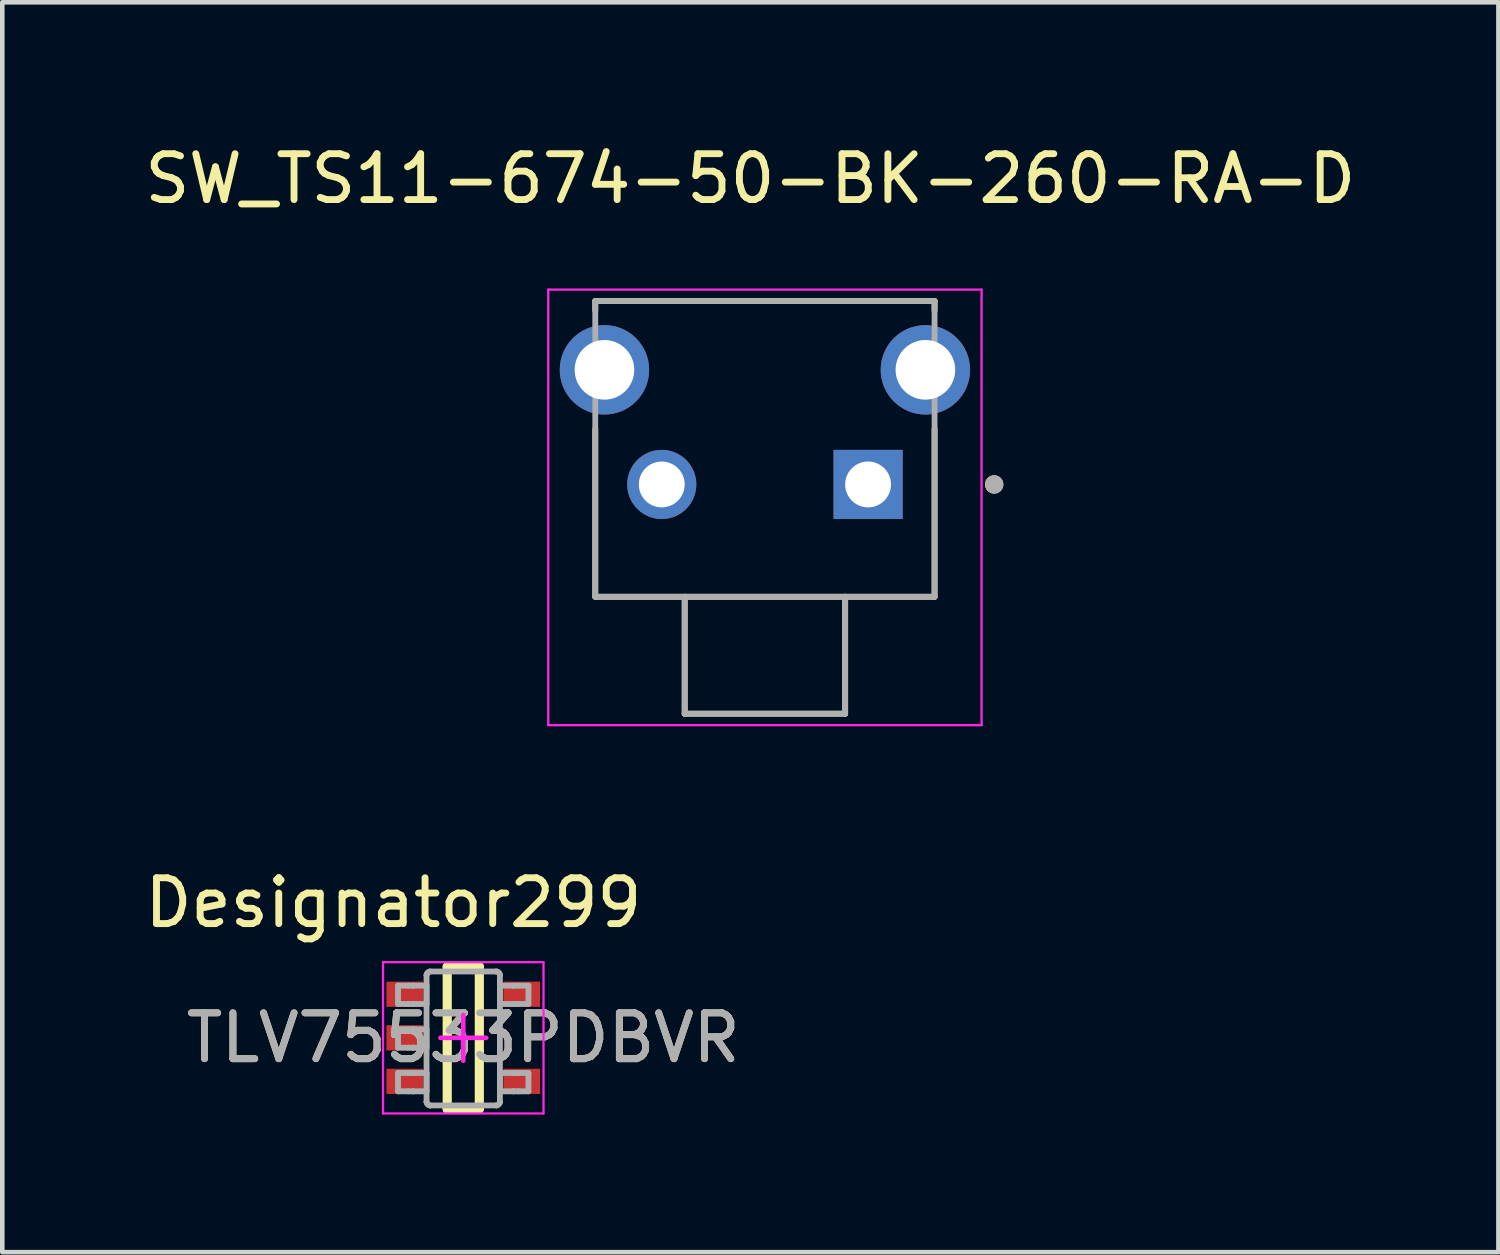
<source format=kicad_pcb>
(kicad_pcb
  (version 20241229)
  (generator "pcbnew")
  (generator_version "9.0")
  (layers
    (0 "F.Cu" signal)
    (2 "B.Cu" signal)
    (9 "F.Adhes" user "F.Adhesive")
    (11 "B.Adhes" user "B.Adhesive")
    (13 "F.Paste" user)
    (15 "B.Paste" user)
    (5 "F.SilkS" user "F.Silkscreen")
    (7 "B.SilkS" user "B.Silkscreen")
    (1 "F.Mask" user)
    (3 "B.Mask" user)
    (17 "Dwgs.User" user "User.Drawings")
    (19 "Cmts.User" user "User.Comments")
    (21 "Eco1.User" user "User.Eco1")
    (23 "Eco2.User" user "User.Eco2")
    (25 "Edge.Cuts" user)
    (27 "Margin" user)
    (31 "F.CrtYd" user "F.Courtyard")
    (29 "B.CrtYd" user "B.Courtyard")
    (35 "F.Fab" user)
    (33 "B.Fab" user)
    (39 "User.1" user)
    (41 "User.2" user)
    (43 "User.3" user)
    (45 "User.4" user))
  (footprint "TLV75533PDBVR"
    (layer "F.Cu")
    (at 7.054 19.585)
    (property "Reference" "TLV75533PDBVR" (at 0 0 0) (unlocked yes) (layer "F.SilkS") (effects (font (size 1 1) (thickness 0.15))))
    (attr smd)
    (fp_line (start -0.35 -1.55) (end 0.35 -1.55) (stroke (width 0.2) (type solid)) (layer "F.SilkS"))
    (fp_line (start -0.35 1.55) (end -0.35 -1.55) (stroke (width 0.2) (type solid)) (layer "F.SilkS"))
    (fp_line (start -0.35 1.55) (end 0.35 1.55) (stroke (width 0.2) (type solid)) (layer "F.SilkS"))
    (fp_line (start 0.35 1.55) (end 0.35 -1.55) (stroke (width 0.2) (type solid)) (layer "F.SilkS"))
    (fp_line (start -1.75 -1.65) (end 1.75 -1.65) (stroke (width 0.05) (type solid)) (layer "F.CrtYd"))
    (fp_line (start -1.75 1.65) (end -1.75 -1.65) (stroke (width 0.05) (type solid)) (layer "F.CrtYd"))
    (fp_line (start -1.75 1.65) (end 1.75 1.65) (stroke (width 0.05) (type solid)) (layer "F.CrtYd"))
    (fp_line (start -0.5 0) (end 0.5 0) (stroke (width 0.1) (type solid)) (layer "F.CrtYd"))
    (fp_line (start 0 0.5) (end 0 -0.5) (stroke (width 0.1) (type solid)) (layer "F.CrtYd"))
    (fp_line (start 1.75 1.65) (end 1.75 -1.65) (stroke (width 0.05) (type solid)) (layer "F.CrtYd"))
    (fp_line (start -1.423 -1.138) (end -1.199 -1.138) (stroke (width 0.127) (type solid)) (layer "F.Fab"))
    (fp_line (start -1.423 -0.738) (end -1.423 -1.138) (stroke (width 0.127) (type solid)) (layer "F.Fab"))
    (fp_line (start -1.423 -0.738) (end -1.199 -0.738) (stroke (width 0.127) (type solid)) (layer "F.Fab"))
    (fp_line (start -1.423 -0.186) (end -1.199 -0.186) (stroke (width 0.127) (type solid)) (layer "F.Fab"))
    (fp_line (start -1.423 0.215) (end -1.423 -0.186) (stroke (width 0.127) (type solid)) (layer "F.Fab"))
    (fp_line (start -1.423 0.215) (end -1.199 0.215) (stroke (width 0.127) (type solid)) (layer "F.Fab"))
    (fp_line (start -1.423 0.767) (end -1.199 0.767) (stroke (width 0.127) (type solid)) (layer "F.Fab"))
    (fp_line (start -1.423 1.167) (end -1.423 0.767) (stroke (width 0.127) (type solid)) (layer "F.Fab"))
    (fp_line (start -1.423 1.167) (end -1.199 1.167) (stroke (width 0.127) (type solid)) (layer "F.Fab"))
    (fp_line (start -1.199 -1.138) (end -1.105 -1.138) (stroke (width 0.127) (type solid)) (layer "F.Fab"))
    (fp_line (start -1.199 -0.738) (end -1.105 -0.738) (stroke (width 0.127) (type solid)) (layer "F.Fab"))
    (fp_line (start -1.199 -0.186) (end -1.105 -0.186) (stroke (width 0.127) (type solid)) (layer "F.Fab"))
    (fp_line (start -1.199 0.215) (end -1.105 0.215) (stroke (width 0.127) (type solid)) (layer "F.Fab"))
    (fp_line (start -1.199 0.767) (end -1.105 0.767) (stroke (width 0.127) (type solid)) (layer "F.Fab"))
    (fp_line (start -1.199 1.167) (end -1.105 1.167) (stroke (width 0.127) (type solid)) (layer "F.Fab"))
    (fp_line (start -1.105 -1.138) (end -1.088 -1.138) (stroke (width 0.127) (type solid)) (layer "F.Fab"))
    (fp_line (start -1.105 -0.738) (end -1.088 -0.738) (stroke (width 0.127) (type solid)) (layer "F.Fab"))
    (fp_line (start -1.105 -0.186) (end -1.088 -0.186) (stroke (width 0.127) (type solid)) (layer "F.Fab"))
    (fp_line (start -1.105 0.215) (end -1.088 0.215) (stroke (width 0.127) (type solid)) (layer "F.Fab"))
    (fp_line (start -1.105 0.767) (end -1.088 0.767) (stroke (width 0.127) (type solid)) (layer "F.Fab"))
    (fp_line (start -1.105 1.167) (end -1.088 1.167) (stroke (width 0.127) (type solid)) (layer "F.Fab"))
    (fp_line (start -1.088 -1.138) (end -0.835 -1.138) (stroke (width 0.127) (type solid)) (layer "F.Fab"))
    (fp_line (start -1.088 -0.738) (end -0.835 -0.738) (stroke (width 0.127) (type solid)) (layer "F.Fab"))
    (fp_line (start -1.088 -0.186) (end -0.835 -0.186) (stroke (width 0.127) (type solid)) (layer "F.Fab"))
    (fp_line (start -1.088 0.215) (end -0.835 0.215) (stroke (width 0.127) (type solid)) (layer "F.Fab"))
    (fp_line (start -1.088 0.767) (end -0.835 0.767) (stroke (width 0.127) (type solid)) (layer "F.Fab"))
    (fp_line (start -1.088 1.167) (end -0.835 1.167) (stroke (width 0.127) (type solid)) (layer "F.Fab"))
    (fp_line (start -0.835 -1.138) (end -0.801 -1.138) (stroke (width 0.127) (type solid)) (layer "F.Fab"))
    (fp_line (start -0.835 -0.738) (end -0.801 -0.738) (stroke (width 0.127) (type solid)) (layer "F.Fab"))
    (fp_line (start -0.835 -0.186) (end -0.801 -0.186) (stroke (width 0.127) (type solid)) (layer "F.Fab"))
    (fp_line (start -0.835 0.215) (end -0.801 0.215) (stroke (width 0.127) (type solid)) (layer "F.Fab"))
    (fp_line (start -0.835 0.767) (end -0.801 0.767) (stroke (width 0.127) (type solid)) (layer "F.Fab"))
    (fp_line (start -0.835 1.167) (end -0.801 1.167) (stroke (width 0.127) (type solid)) (layer "F.Fab"))
    (fp_line (start -0.801 -1.37) (end -0.801 -1.371) (stroke (width 0.127) (type solid)) (layer "F.Fab"))
    (fp_line (start -0.801 -0.738) (end -0.801 -1.138) (stroke (width 0.127) (type solid)) (layer "F.Fab"))
    (fp_line (start -0.801 0.215) (end -0.801 -0.186) (stroke (width 0.127) (type solid)) (layer "F.Fab"))
    (fp_line (start -0.801 1.167) (end -0.801 0.767) (stroke (width 0.127) (type solid)) (layer "F.Fab"))
    (fp_line (start -0.801 1.399) (end -0.801 -1.37) (stroke (width 0.127) (type solid)) (layer "F.Fab"))
    (fp_line (start -0.801 1.4) (end -0.801 1.399) (stroke (width 0.127) (type solid)) (layer "F.Fab"))
    (fp_line (start -0.725 -1.446) (end -0.725 -1.446) (stroke (width 0.127) (type solid)) (layer "F.Fab"))
    (fp_line (start -0.725 1.475) (end -0.725 1.475) (stroke (width 0.127) (type solid)) (layer "F.Fab"))
    (fp_line (start -0.725 -1.446) (end 0.723 -1.446) (stroke (width 0.127) (type solid)) (layer "F.Fab"))
    (fp_line (start -0.725 1.475) (end 0.723 1.475) (stroke (width 0.127) (type solid)) (layer "F.Fab"))
    (fp_line (start 0.723 -1.446) (end 0.724 -1.446) (stroke (width 0.127) (type solid)) (layer "F.Fab"))
    (fp_line (start 0.723 1.475) (end 0.724 1.475) (stroke (width 0.127) (type solid)) (layer "F.Fab"))
    (fp_line (start 0.799 -1.37) (end 0.799 -1.371) (stroke (width 0.127) (type solid)) (layer "F.Fab"))
    (fp_line (start 0.799 -1.138) (end 0.834 -1.138) (stroke (width 0.127) (type solid)) (layer "F.Fab"))
    (fp_line (start 0.799 -0.738) (end 0.799 -1.138) (stroke (width 0.127) (type solid)) (layer "F.Fab"))
    (fp_line (start 0.799 -0.738) (end 0.834 -0.738) (stroke (width 0.127) (type solid)) (layer "F.Fab"))
    (fp_line (start 0.799 0.767) (end 0.834 0.767) (stroke (width 0.127) (type solid)) (layer "F.Fab"))
    (fp_line (start 0.799 1.167) (end 0.799 0.767) (stroke (width 0.127) (type solid)) (layer "F.Fab"))
    (fp_line (start 0.799 1.167) (end 0.834 1.167) (stroke (width 0.127) (type solid)) (layer "F.Fab"))
    (fp_line (start 0.799 1.399) (end 0.799 -1.37) (stroke (width 0.127) (type solid)) (layer "F.Fab"))
    (fp_line (start 0.799 1.4) (end 0.799 1.399) (stroke (width 0.127) (type solid)) (layer "F.Fab"))
    (fp_line (start 0.834 -1.138) (end 1.087 -1.138) (stroke (width 0.127) (type solid)) (layer "F.Fab"))
    (fp_line (start 0.834 -0.738) (end 1.087 -0.738) (stroke (width 0.127) (type solid)) (layer "F.Fab"))
    (fp_line (start 0.834 0.767) (end 1.087 0.767) (stroke (width 0.127) (type solid)) (layer "F.Fab"))
    (fp_line (start 0.834 1.167) (end 1.087 1.167) (stroke (width 0.127) (type solid)) (layer "F.Fab"))
    (fp_line (start 1.087 -1.138) (end 1.103 -1.138) (stroke (width 0.127) (type solid)) (layer "F.Fab"))
    (fp_line (start 1.087 -0.738) (end 1.103 -0.738) (stroke (width 0.127) (type solid)) (layer "F.Fab"))
    (fp_line (start 1.087 0.767) (end 1.103 0.767) (stroke (width 0.127) (type solid)) (layer "F.Fab"))
    (fp_line (start 1.087 1.167) (end 1.103 1.167) (stroke (width 0.127) (type solid)) (layer "F.Fab"))
    (fp_line (start 1.103 -1.138) (end 1.198 -1.138) (stroke (width 0.127) (type solid)) (layer "F.Fab"))
    (fp_line (start 1.103 -0.738) (end 1.198 -0.738) (stroke (width 0.127) (type solid)) (layer "F.Fab"))
    (fp_line (start 1.103 0.767) (end 1.198 0.767) (stroke (width 0.127) (type solid)) (layer "F.Fab"))
    (fp_line (start 1.103 1.167) (end 1.198 1.167) (stroke (width 0.127) (type solid)) (layer "F.Fab"))
    (fp_line (start 1.198 -1.138) (end 1.422 -1.138) (stroke (width 0.127) (type solid)) (layer "F.Fab"))
    (fp_line (start 1.198 -0.738) (end 1.422 -0.738) (stroke (width 0.127) (type solid)) (layer "F.Fab"))
    (fp_line (start 1.198 0.767) (end 1.422 0.767) (stroke (width 0.127) (type solid)) (layer "F.Fab"))
    (fp_line (start 1.198 1.167) (end 1.422 1.167) (stroke (width 0.127) (type solid)) (layer "F.Fab"))
    (fp_line (start 1.422 -0.738) (end 1.422 -1.138) (stroke (width 0.127) (type solid)) (layer "F.Fab"))
    (fp_line (start 1.422 1.167) (end 1.422 0.767) (stroke (width 0.127) (type solid)) (layer "F.Fab"))
    (fp_arc (start -0.80074 -1.37084) (mid -0.778218 -1.423887) (end -0.724999 -1.445998) (stroke (width 0.127) (type solid)) (layer "F.Fab"))
    (fp_arc (start -0.724999 1.475) (mid -0.778213 1.452901) (end -0.80074 1.399867) (stroke (width 0.127) (type solid)) (layer "F.Fab"))
    (fp_arc (start 0.723714 -1.445998) (mid 0.776933 -1.423887) (end 0.799455 -1.37084) (stroke (width 0.127) (type solid)) (layer "F.Fab"))
    (fp_arc (start 0.799455 1.399868) (mid 0.776927 1.452901) (end 0.723713 1.475) (stroke (width 0.127) (type solid)) (layer "F.Fab"))
    (fp_text user "Designator299" (at -1.524 -2.946 0) (unlocked yes) (layer "F.SilkS") (effects (font (size 1 1) (thickness 0.15))))
    (fp_text user "${REFERENCE}" (at 0 0 0) (unlocked yes) (layer "F.Fab") (effects (font (size 1 1) (thickness 0.15))))
    (pad "1" smd rect (at -1.275 -0.95 90) (size 0.55 0.8) (layers "F.Cu" "F.Mask" "F.Paste"))
    (pad "2" smd rect (at -1.275 0 90) (size 0.55 0.8) (layers "F.Cu" "F.Mask" "F.Paste"))
    (pad "3" smd rect (at -1.275 0.95 90) (size 0.55 0.8) (layers "F.Cu" "F.Mask" "F.Paste"))
    (pad "4" smd rect (at 1.275 0.95 90) (size 0.55 0.8) (layers "F.Cu" "F.Mask" "F.Paste"))
    (pad "5" smd rect (at 1.275 -0.95 90) (size 0.55 0.8) (layers "F.Cu" "F.Mask" "F.Paste")))
  (footprint "SW_TS11-674-50-BK-260-RA-D"
    (layer "F.Cu")
    (at 13.633 7.516)
    (property "Reference" "SW_TS11-674-50-BK-260-RA-D" (at -0.318 -6.668 0) (layer "F.SilkS") (effects (font (size 1 1) (thickness 0.15))))
    (attr through_hole)
    (fp_line (start -3.7 -4) (end 3.7 -4) (stroke (width 0.127) (type solid)) (layer "F.SilkS"))
    (fp_line (start -3.7 -3.795) (end -3.7 -4) (stroke (width 0.127) (type solid)) (layer "F.SilkS"))
    (fp_line (start -3.7 2.45) (end -3.7 -1.205) (stroke (width 0.127) (type solid)) (layer "F.SilkS"))
    (fp_line (start -1.75 2.45) (end -3.7 2.45) (stroke (width 0.127) (type solid)) (layer "F.SilkS"))
    (fp_line (start -1.75 2.45) (end -1.75 5) (stroke (width 0.127) (type solid)) (layer "F.SilkS"))
    (fp_line (start 1.75 2.45) (end -1.75 2.45) (stroke (width 0.127) (type solid)) (layer "F.SilkS"))
    (fp_line (start 1.75 2.45) (end 1.75 5) (stroke (width 0.127) (type solid)) (layer "F.SilkS"))
    (fp_line (start 1.75 5) (end -1.75 5) (stroke (width 0.127) (type solid)) (layer "F.SilkS"))
    (fp_line (start 3.7 -4) (end 3.7 -3.795) (stroke (width 0.127) (type solid)) (layer "F.SilkS"))
    (fp_line (start 3.7 2.45) (end 1.75 2.45) (stroke (width 0.127) (type solid)) (layer "F.SilkS"))
    (fp_line (start 3.7 2.45) (end 3.7 -1.205) (stroke (width 0.127) (type solid)) (layer "F.SilkS"))
    (fp_circle (center 5 0) (end 5.1 0) (stroke (width 0.2) (type solid)) (fill no) (layer "F.SilkS"))
    (fp_line (start -4.725 -4.25) (end -4.725 5.25) (stroke (width 0.05) (type solid)) (layer "F.CrtYd"))
    (fp_line (start -4.725 5.25) (end 4.725 5.25) (stroke (width 0.05) (type solid)) (layer "F.CrtYd"))
    (fp_line (start 4.725 -4.25) (end -4.725 -4.25) (stroke (width 0.05) (type solid)) (layer "F.CrtYd"))
    (fp_line (start 4.725 5.25) (end 4.725 -4.25) (stroke (width 0.05) (type solid)) (layer "F.CrtYd"))
    (fp_line (start -3.7 -4) (end 3.7 -4) (stroke (width 0.127) (type solid)) (layer "F.Fab"))
    (fp_line (start -3.7 2.45) (end -3.7 -4) (stroke (width 0.127) (type solid)) (layer "F.Fab"))
    (fp_line (start -1.75 2.45) (end -3.7 2.45) (stroke (width 0.127) (type solid)) (layer "F.Fab"))
    (fp_line (start -1.75 2.45) (end -1.75 5) (stroke (width 0.127) (type solid)) (layer "F.Fab"))
    (fp_line (start 1.75 2.45) (end -1.75 2.45) (stroke (width 0.127) (type solid)) (layer "F.Fab"))
    (fp_line (start 1.75 2.45) (end 1.75 5) (stroke (width 0.127) (type solid)) (layer "F.Fab"))
    (fp_line (start 1.75 5) (end -1.75 5) (stroke (width 0.127) (type solid)) (layer "F.Fab"))
    (fp_line (start 3.7 -4) (end 3.7 2.45) (stroke (width 0.127) (type solid)) (layer "F.Fab"))
    (fp_line (start 3.7 2.45) (end 1.75 2.45) (stroke (width 0.127) (type solid)) (layer "F.Fab"))
    (fp_circle (center 5 0) (end 5.1 0) (stroke (width 0.2) (type solid)) (fill no) (layer "F.Fab"))
    (pad "1" thru_hole rect (at 2.25 0) (size 1.508 1.508) (drill 1) (layers "*.Cu" "*.Mask"))
    (pad "2" thru_hole circle (at -2.25 0) (size 1.508 1.508) (drill 1) (layers "*.Cu" "*.Mask"))
    (pad "3" thru_hole circle (at 3.5 -2.5) (size 1.95 1.95) (drill 1.3) (layers "*.Cu" "*.Mask"))
    (pad "4" thru_hole circle (at -3.5 -2.5) (size 1.95 1.95) (drill 1.3) (layers "*.Cu" "*.Mask")))
  (gr_rect
    (start -3 -3)
    (end 29.631 24.26)
    (stroke (width 0.1) (type default))
    (fill no)
    (layer "Edge.Cuts")))
</source>
